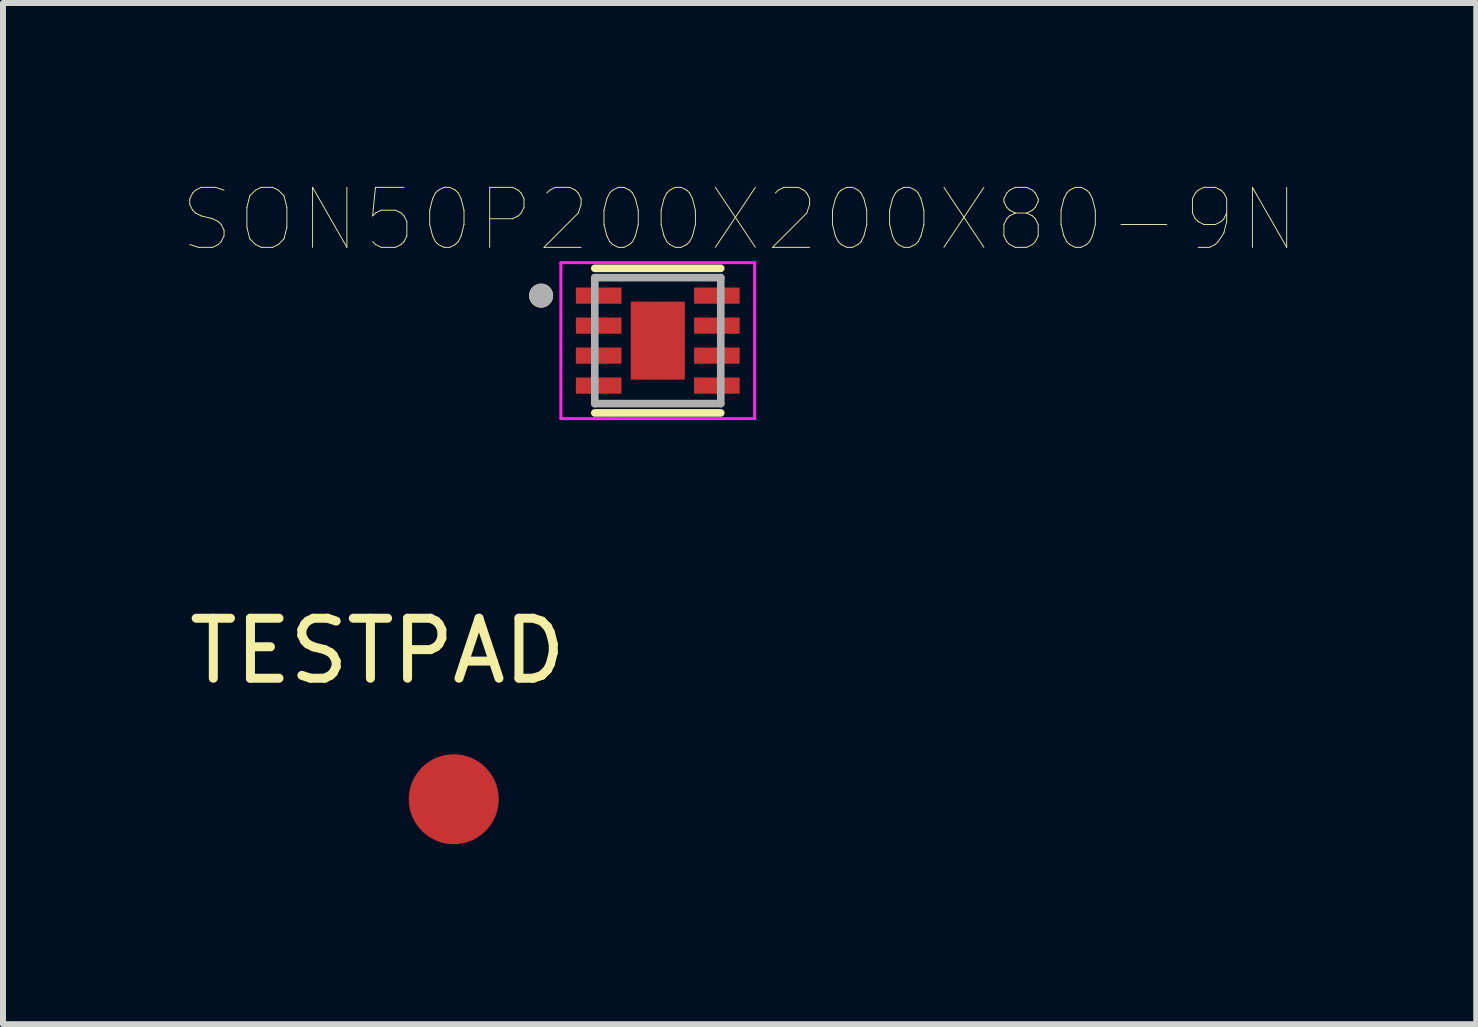
<source format=kicad_pcb>
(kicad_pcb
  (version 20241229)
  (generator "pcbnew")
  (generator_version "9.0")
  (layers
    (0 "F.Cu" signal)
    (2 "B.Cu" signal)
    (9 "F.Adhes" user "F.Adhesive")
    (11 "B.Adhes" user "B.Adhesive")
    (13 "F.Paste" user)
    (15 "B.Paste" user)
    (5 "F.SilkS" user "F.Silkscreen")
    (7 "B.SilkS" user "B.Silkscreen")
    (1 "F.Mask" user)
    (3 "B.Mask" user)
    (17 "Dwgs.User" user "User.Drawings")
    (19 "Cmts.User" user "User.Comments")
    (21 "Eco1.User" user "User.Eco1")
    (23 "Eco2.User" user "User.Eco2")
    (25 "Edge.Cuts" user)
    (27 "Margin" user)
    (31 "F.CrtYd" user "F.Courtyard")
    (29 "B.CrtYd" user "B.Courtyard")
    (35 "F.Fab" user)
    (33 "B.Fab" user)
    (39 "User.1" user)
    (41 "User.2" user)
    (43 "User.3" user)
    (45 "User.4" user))
  (footprint "TESTPAD"
    (layer "F.Cu")
    (at 4.514 10.273)
    (property "Reference" "TESTPAD" (at -1.27 -2.472 0) (layer "F.SilkS") (effects (font (size 1 1) (thickness 0.15))))
    (attr through_hole)
    (pad "1" smd circle (at 0 0) (size 1.5 1.5) (layers "F.Cu" "F.Mask" "F.Paste")))
  (footprint "SON50P200X200X80-9N"
    (layer "F.Cu")
    (at 7.915 2.628)
    (property "Reference" "SON50P200X200X80-9N" (at 1.365 -2.017 0) (layer "F.SilkS") (effects (font (size 1 1) (thickness 0.015))))
    (attr through_hole)
    (fp_line (start -1.05 -1.205) (end 1.05 -1.205) (stroke (width 0.127) (type solid)) (layer "F.SilkS"))
    (fp_line (start -1.05 1.205) (end 1.05 1.205) (stroke (width 0.127) (type solid)) (layer "F.SilkS"))
    (fp_circle (center -1.945 -0.75) (end -1.845 -0.75) (stroke (width 0.2) (type solid)) (fill no) (layer "F.SilkS"))
    (fp_poly (pts (xy -0.28 -0.41) (xy 0.28 -0.41) (xy 0.28 0.41) (xy -0.28 0.41)) (stroke (width 0.01) (type solid)) (fill yes) (layer "F.Paste"))
    (fp_line (start -1.615 -1.3) (end -1.615 1.3) (stroke (width 0.05) (type solid)) (layer "F.CrtYd"))
    (fp_line (start -1.615 -1.3) (end 1.615 -1.3) (stroke (width 0.05) (type solid)) (layer "F.CrtYd"))
    (fp_line (start -1.615 1.3) (end 1.615 1.3) (stroke (width 0.05) (type solid)) (layer "F.CrtYd"))
    (fp_line (start 1.615 -1.3) (end 1.615 1.3) (stroke (width 0.05) (type solid)) (layer "F.CrtYd"))
    (fp_line (start -1.05 -1.05) (end -1.05 1.05) (stroke (width 0.127) (type solid)) (layer "F.Fab"))
    (fp_line (start -1.05 -1.05) (end 1.05 -1.05) (stroke (width 0.127) (type solid)) (layer "F.Fab"))
    (fp_line (start -1.05 1.05) (end 1.05 1.05) (stroke (width 0.127) (type solid)) (layer "F.Fab"))
    (fp_line (start 1.05 -1.05) (end 1.05 1.05) (stroke (width 0.127) (type solid)) (layer "F.Fab"))
    (fp_circle (center -1.945 -0.75) (end -1.845 -0.75) (stroke (width 0.2) (type solid)) (fill no) (layer "F.Fab"))
    (pad "1" smd rect (at -0.985 -0.75) (size 0.76 0.27) (layers "F.Cu" "F.Mask" "F.Paste"))
    (pad "2" smd rect (at -0.985 -0.25) (size 0.76 0.27) (layers "F.Cu" "F.Mask" "F.Paste"))
    (pad "3" smd rect (at -0.985 0.25) (size 0.76 0.27) (layers "F.Cu" "F.Mask" "F.Paste"))
    (pad "4" smd rect (at -0.985 0.75) (size 0.76 0.27) (layers "F.Cu" "F.Mask" "F.Paste"))
    (pad "5" smd rect (at 0.985 0.75) (size 0.76 0.27) (layers "F.Cu" "F.Mask" "F.Paste"))
    (pad "6" smd rect (at 0.985 0.25) (size 0.76 0.27) (layers "F.Cu" "F.Mask" "F.Paste"))
    (pad "7" smd rect (at 0.985 -0.25) (size 0.76 0.27) (layers "F.Cu" "F.Mask" "F.Paste"))
    (pad "8" smd rect (at 0.985 -0.75) (size 0.76 0.27) (layers "F.Cu" "F.Mask" "F.Paste"))
    (pad "9" smd rect (at 0 0) (size 0.9 1.3) (layers "F.Cu" "F.Mask")))
  (gr_rect
    (start -3 -3)
    (end 21.559 14.023)
    (stroke (width 0.1) (type default))
    (fill no)
    (layer "Edge.Cuts")))
</source>
